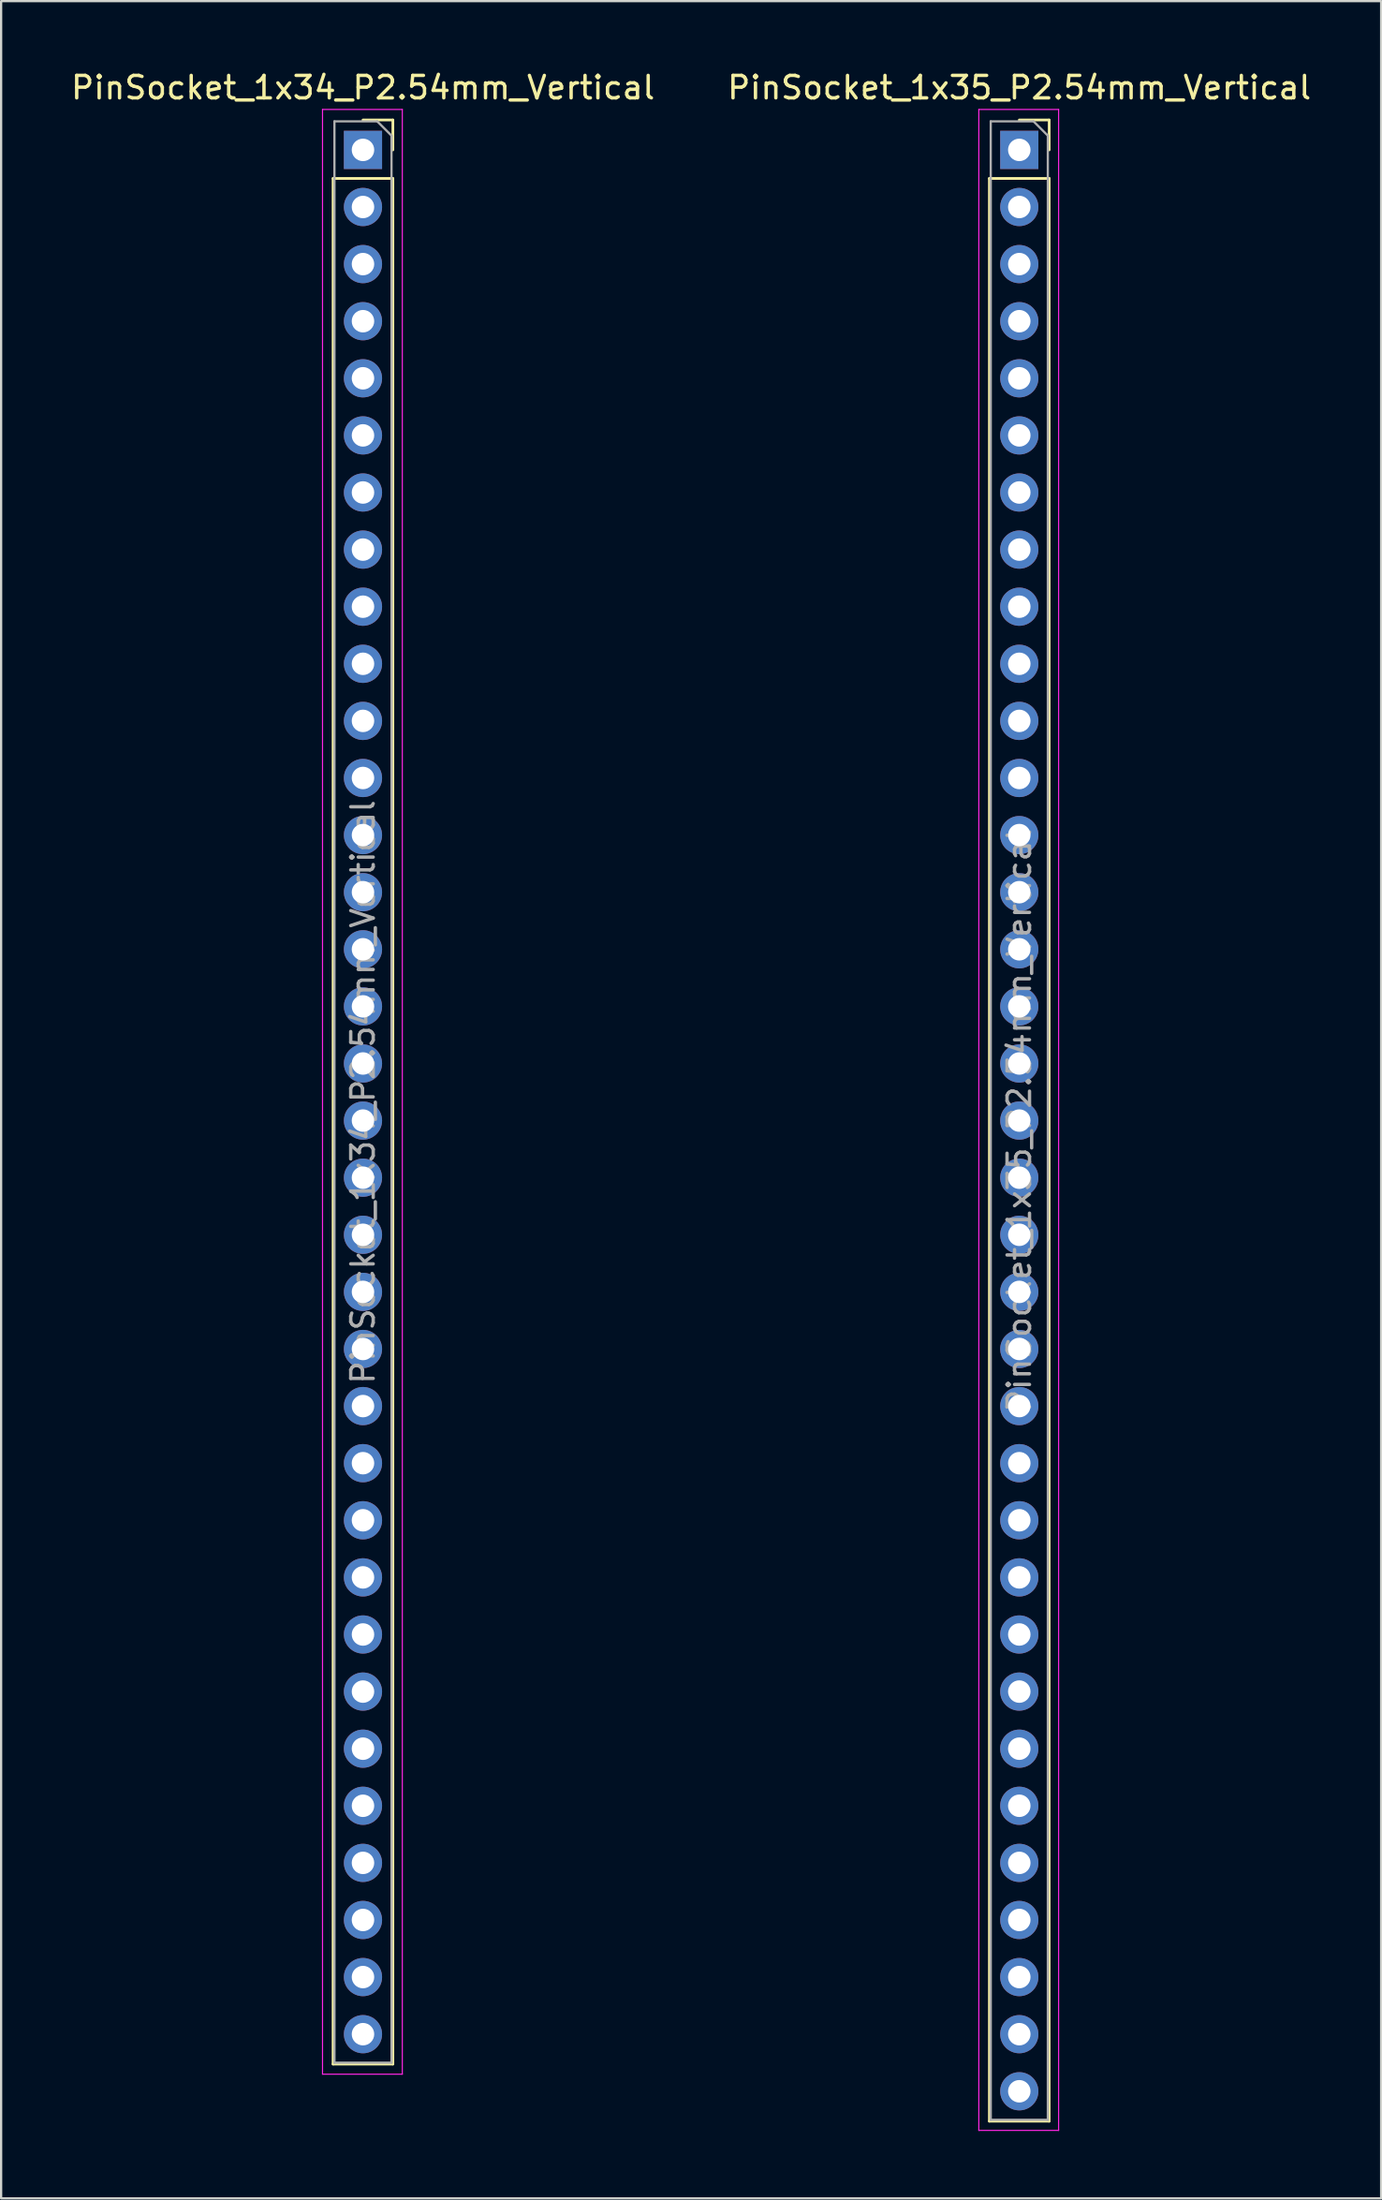
<source format=kicad_pcb>
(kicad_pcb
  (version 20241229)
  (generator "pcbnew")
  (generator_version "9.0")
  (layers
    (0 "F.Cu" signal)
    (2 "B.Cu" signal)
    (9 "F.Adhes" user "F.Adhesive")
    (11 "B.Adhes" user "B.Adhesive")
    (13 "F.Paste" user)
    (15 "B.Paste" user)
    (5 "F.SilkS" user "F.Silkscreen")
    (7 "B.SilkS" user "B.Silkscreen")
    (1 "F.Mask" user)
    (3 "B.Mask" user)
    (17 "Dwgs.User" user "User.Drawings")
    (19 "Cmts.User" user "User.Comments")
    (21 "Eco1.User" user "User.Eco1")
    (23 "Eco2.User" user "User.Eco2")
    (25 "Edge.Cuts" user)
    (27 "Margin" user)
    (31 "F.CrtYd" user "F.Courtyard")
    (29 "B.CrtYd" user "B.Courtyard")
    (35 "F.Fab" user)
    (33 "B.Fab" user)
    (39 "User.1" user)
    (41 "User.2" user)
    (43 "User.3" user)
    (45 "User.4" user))
  (footprint "PinSocket_1x35_P2.54mm_Vertical"
    (layer "F.Cu")
    (at 42.304 3.618)
    (property "Reference" "PinSocket_1x35_P2.54mm_Vertical" (at 0 -2.77 0) (layer "F.SilkS") (effects (font (size 1 1) (thickness 0.15))))
    (attr through_hole)
    (fp_line (start -1.33 1.27) (end -1.33 87.69) (stroke (width 0.12) (type solid)) (layer "F.SilkS"))
    (fp_line (start -1.33 1.27) (end 1.33 1.27) (stroke (width 0.12) (type solid)) (layer "F.SilkS"))
    (fp_line (start -1.33 87.69) (end 1.33 87.69) (stroke (width 0.12) (type solid)) (layer "F.SilkS"))
    (fp_line (start 0 -1.33) (end 1.33 -1.33) (stroke (width 0.12) (type solid)) (layer "F.SilkS"))
    (fp_line (start 1.33 -1.33) (end 1.33 0) (stroke (width 0.12) (type solid)) (layer "F.SilkS"))
    (fp_line (start 1.33 1.27) (end 1.33 87.69) (stroke (width 0.12) (type solid)) (layer "F.SilkS"))
    (fp_line (start -1.8 -1.8) (end 1.75 -1.8) (stroke (width 0.05) (type solid)) (layer "F.CrtYd"))
    (fp_line (start -1.8 88.1) (end -1.8 -1.8) (stroke (width 0.05) (type solid)) (layer "F.CrtYd"))
    (fp_line (start 1.75 -1.8) (end 1.75 88.1) (stroke (width 0.05) (type solid)) (layer "F.CrtYd"))
    (fp_line (start 1.75 88.1) (end -1.8 88.1) (stroke (width 0.05) (type solid)) (layer "F.CrtYd"))
    (fp_line (start -1.27 -1.27) (end 0.635 -1.27) (stroke (width 0.1) (type solid)) (layer "F.Fab"))
    (fp_line (start -1.27 87.63) (end -1.27 -1.27) (stroke (width 0.1) (type solid)) (layer "F.Fab"))
    (fp_line (start 0.635 -1.27) (end 1.27 -0.635) (stroke (width 0.1) (type solid)) (layer "F.Fab"))
    (fp_line (start 1.27 -0.635) (end 1.27 87.63) (stroke (width 0.1) (type solid)) (layer "F.Fab"))
    (fp_line (start 1.27 87.63) (end -1.27 87.63) (stroke (width 0.1) (type solid)) (layer "F.Fab"))
    (fp_text user "${REFERENCE}" (at 0 43.18 90) (layer "F.Fab") (effects (font (size 1 1) (thickness 0.15))))
    (pad "1" thru_hole rect (at 0 0) (size 1.7 1.7) (drill 1) (layers "*.Cu" "*.Mask"))
    (pad "2" thru_hole oval (at 0 2.54) (size 1.7 1.7) (drill 1) (layers "*.Cu" "*.Mask"))
    (pad "3" thru_hole oval (at 0 5.08) (size 1.7 1.7) (drill 1) (layers "*.Cu" "*.Mask"))
    (pad "4" thru_hole oval (at 0 7.62) (size 1.7 1.7) (drill 1) (layers "*.Cu" "*.Mask"))
    (pad "5" thru_hole oval (at 0 10.16) (size 1.7 1.7) (drill 1) (layers "*.Cu" "*.Mask"))
    (pad "6" thru_hole oval (at 0 12.7) (size 1.7 1.7) (drill 1) (layers "*.Cu" "*.Mask"))
    (pad "7" thru_hole oval (at 0 15.24) (size 1.7 1.7) (drill 1) (layers "*.Cu" "*.Mask"))
    (pad "8" thru_hole oval (at 0 17.78) (size 1.7 1.7) (drill 1) (layers "*.Cu" "*.Mask"))
    (pad "9" thru_hole oval (at 0 20.32) (size 1.7 1.7) (drill 1) (layers "*.Cu" "*.Mask"))
    (pad "10" thru_hole oval (at 0 22.86) (size 1.7 1.7) (drill 1) (layers "*.Cu" "*.Mask"))
    (pad "11" thru_hole oval (at 0 25.4) (size 1.7 1.7) (drill 1) (layers "*.Cu" "*.Mask"))
    (pad "12" thru_hole oval (at 0 27.94) (size 1.7 1.7) (drill 1) (layers "*.Cu" "*.Mask"))
    (pad "13" thru_hole oval (at 0 30.48) (size 1.7 1.7) (drill 1) (layers "*.Cu" "*.Mask"))
    (pad "14" thru_hole oval (at 0 33.02) (size 1.7 1.7) (drill 1) (layers "*.Cu" "*.Mask"))
    (pad "15" thru_hole oval (at 0 35.56) (size 1.7 1.7) (drill 1) (layers "*.Cu" "*.Mask"))
    (pad "16" thru_hole oval (at 0 38.1) (size 1.7 1.7) (drill 1) (layers "*.Cu" "*.Mask"))
    (pad "17" thru_hole oval (at 0 40.64) (size 1.7 1.7) (drill 1) (layers "*.Cu" "*.Mask"))
    (pad "18" thru_hole oval (at 0 43.18) (size 1.7 1.7) (drill 1) (layers "*.Cu" "*.Mask"))
    (pad "19" thru_hole oval (at 0 45.72) (size 1.7 1.7) (drill 1) (layers "*.Cu" "*.Mask"))
    (pad "20" thru_hole oval (at 0 48.26) (size 1.7 1.7) (drill 1) (layers "*.Cu" "*.Mask"))
    (pad "21" thru_hole oval (at 0 50.8) (size 1.7 1.7) (drill 1) (layers "*.Cu" "*.Mask"))
    (pad "22" thru_hole oval (at 0 53.34) (size 1.7 1.7) (drill 1) (layers "*.Cu" "*.Mask"))
    (pad "23" thru_hole oval (at 0 55.88) (size 1.7 1.7) (drill 1) (layers "*.Cu" "*.Mask"))
    (pad "24" thru_hole oval (at 0 58.42) (size 1.7 1.7) (drill 1) (layers "*.Cu" "*.Mask"))
    (pad "25" thru_hole oval (at 0 60.96) (size 1.7 1.7) (drill 1) (layers "*.Cu" "*.Mask"))
    (pad "26" thru_hole oval (at 0 63.5) (size 1.7 1.7) (drill 1) (layers "*.Cu" "*.Mask"))
    (pad "27" thru_hole oval (at 0 66.04) (size 1.7 1.7) (drill 1) (layers "*.Cu" "*.Mask"))
    (pad "28" thru_hole oval (at 0 68.58) (size 1.7 1.7) (drill 1) (layers "*.Cu" "*.Mask"))
    (pad "29" thru_hole oval (at 0 71.12) (size 1.7 1.7) (drill 1) (layers "*.Cu" "*.Mask"))
    (pad "30" thru_hole oval (at 0 73.66) (size 1.7 1.7) (drill 1) (layers "*.Cu" "*.Mask"))
    (pad "31" thru_hole oval (at 0 76.2) (size 1.7 1.7) (drill 1) (layers "*.Cu" "*.Mask"))
    (pad "32" thru_hole oval (at 0 78.74) (size 1.7 1.7) (drill 1) (layers "*.Cu" "*.Mask"))
    (pad "33" thru_hole oval (at 0 81.28) (size 1.7 1.7) (drill 1) (layers "*.Cu" "*.Mask"))
    (pad "34" thru_hole oval (at 0 83.82) (size 1.7 1.7) (drill 1) (layers "*.Cu" "*.Mask"))
    (pad "35" thru_hole oval (at 0 86.36) (size 1.7 1.7) (drill 1) (layers "*.Cu" "*.Mask")))
  (footprint "PinSocket_1x34_P2.54mm_Vertical"
    (layer "F.Cu")
    (at 13.101 3.618)
    (property "Reference" "PinSocket_1x34_P2.54mm_Vertical" (at 0 -2.77 0) (layer "F.SilkS") (effects (font (size 1 1) (thickness 0.15))))
    (attr through_hole)
    (fp_line (start -1.33 1.27) (end -1.33 85.15) (stroke (width 0.12) (type solid)) (layer "F.SilkS"))
    (fp_line (start -1.33 1.27) (end 1.33 1.27) (stroke (width 0.12) (type solid)) (layer "F.SilkS"))
    (fp_line (start -1.33 85.15) (end 1.33 85.15) (stroke (width 0.12) (type solid)) (layer "F.SilkS"))
    (fp_line (start 0 -1.33) (end 1.33 -1.33) (stroke (width 0.12) (type solid)) (layer "F.SilkS"))
    (fp_line (start 1.33 -1.33) (end 1.33 0) (stroke (width 0.12) (type solid)) (layer "F.SilkS"))
    (fp_line (start 1.33 1.27) (end 1.33 85.15) (stroke (width 0.12) (type solid)) (layer "F.SilkS"))
    (fp_line (start -1.8 -1.8) (end 1.75 -1.8) (stroke (width 0.05) (type solid)) (layer "F.CrtYd"))
    (fp_line (start -1.8 85.6) (end -1.8 -1.8) (stroke (width 0.05) (type solid)) (layer "F.CrtYd"))
    (fp_line (start 1.75 -1.8) (end 1.75 85.6) (stroke (width 0.05) (type solid)) (layer "F.CrtYd"))
    (fp_line (start 1.75 85.6) (end -1.8 85.6) (stroke (width 0.05) (type solid)) (layer "F.CrtYd"))
    (fp_line (start -1.27 -1.27) (end 0.635 -1.27) (stroke (width 0.1) (type solid)) (layer "F.Fab"))
    (fp_line (start -1.27 85.09) (end -1.27 -1.27) (stroke (width 0.1) (type solid)) (layer "F.Fab"))
    (fp_line (start 0.635 -1.27) (end 1.27 -0.635) (stroke (width 0.1) (type solid)) (layer "F.Fab"))
    (fp_line (start 1.27 -0.635) (end 1.27 85.09) (stroke (width 0.1) (type solid)) (layer "F.Fab"))
    (fp_line (start 1.27 85.09) (end -1.27 85.09) (stroke (width 0.1) (type solid)) (layer "F.Fab"))
    (fp_text user "${REFERENCE}" (at 0 41.91 90) (layer "F.Fab") (effects (font (size 1 1) (thickness 0.15))))
    (pad "1" thru_hole rect (at 0 0) (size 1.7 1.7) (drill 1) (layers "*.Cu" "*.Mask"))
    (pad "2" thru_hole oval (at 0 2.54) (size 1.7 1.7) (drill 1) (layers "*.Cu" "*.Mask"))
    (pad "3" thru_hole oval (at 0 5.08) (size 1.7 1.7) (drill 1) (layers "*.Cu" "*.Mask"))
    (pad "4" thru_hole oval (at 0 7.62) (size 1.7 1.7) (drill 1) (layers "*.Cu" "*.Mask"))
    (pad "5" thru_hole oval (at 0 10.16) (size 1.7 1.7) (drill 1) (layers "*.Cu" "*.Mask"))
    (pad "6" thru_hole oval (at 0 12.7) (size 1.7 1.7) (drill 1) (layers "*.Cu" "*.Mask"))
    (pad "7" thru_hole oval (at 0 15.24) (size 1.7 1.7) (drill 1) (layers "*.Cu" "*.Mask"))
    (pad "8" thru_hole oval (at 0 17.78) (size 1.7 1.7) (drill 1) (layers "*.Cu" "*.Mask"))
    (pad "9" thru_hole oval (at 0 20.32) (size 1.7 1.7) (drill 1) (layers "*.Cu" "*.Mask"))
    (pad "10" thru_hole oval (at 0 22.86) (size 1.7 1.7) (drill 1) (layers "*.Cu" "*.Mask"))
    (pad "11" thru_hole oval (at 0 25.4) (size 1.7 1.7) (drill 1) (layers "*.Cu" "*.Mask"))
    (pad "12" thru_hole oval (at 0 27.94) (size 1.7 1.7) (drill 1) (layers "*.Cu" "*.Mask"))
    (pad "13" thru_hole oval (at 0 30.48) (size 1.7 1.7) (drill 1) (layers "*.Cu" "*.Mask"))
    (pad "14" thru_hole oval (at 0 33.02) (size 1.7 1.7) (drill 1) (layers "*.Cu" "*.Mask"))
    (pad "15" thru_hole oval (at 0 35.56) (size 1.7 1.7) (drill 1) (layers "*.Cu" "*.Mask"))
    (pad "16" thru_hole oval (at 0 38.1) (size 1.7 1.7) (drill 1) (layers "*.Cu" "*.Mask"))
    (pad "17" thru_hole oval (at 0 40.64) (size 1.7 1.7) (drill 1) (layers "*.Cu" "*.Mask"))
    (pad "18" thru_hole oval (at 0 43.18) (size 1.7 1.7) (drill 1) (layers "*.Cu" "*.Mask"))
    (pad "19" thru_hole oval (at 0 45.72) (size 1.7 1.7) (drill 1) (layers "*.Cu" "*.Mask"))
    (pad "20" thru_hole oval (at 0 48.26) (size 1.7 1.7) (drill 1) (layers "*.Cu" "*.Mask"))
    (pad "21" thru_hole oval (at 0 50.8) (size 1.7 1.7) (drill 1) (layers "*.Cu" "*.Mask"))
    (pad "22" thru_hole oval (at 0 53.34) (size 1.7 1.7) (drill 1) (layers "*.Cu" "*.Mask"))
    (pad "23" thru_hole oval (at 0 55.88) (size 1.7 1.7) (drill 1) (layers "*.Cu" "*.Mask"))
    (pad "24" thru_hole oval (at 0 58.42) (size 1.7 1.7) (drill 1) (layers "*.Cu" "*.Mask"))
    (pad "25" thru_hole oval (at 0 60.96) (size 1.7 1.7) (drill 1) (layers "*.Cu" "*.Mask"))
    (pad "26" thru_hole oval (at 0 63.5) (size 1.7 1.7) (drill 1) (layers "*.Cu" "*.Mask"))
    (pad "27" thru_hole oval (at 0 66.04) (size 1.7 1.7) (drill 1) (layers "*.Cu" "*.Mask"))
    (pad "28" thru_hole oval (at 0 68.58) (size 1.7 1.7) (drill 1) (layers "*.Cu" "*.Mask"))
    (pad "29" thru_hole oval (at 0 71.12) (size 1.7 1.7) (drill 1) (layers "*.Cu" "*.Mask"))
    (pad "30" thru_hole oval (at 0 73.66) (size 1.7 1.7) (drill 1) (layers "*.Cu" "*.Mask"))
    (pad "31" thru_hole oval (at 0 76.2) (size 1.7 1.7) (drill 1) (layers "*.Cu" "*.Mask"))
    (pad "32" thru_hole oval (at 0 78.74) (size 1.7 1.7) (drill 1) (layers "*.Cu" "*.Mask"))
    (pad "33" thru_hole oval (at 0 81.28) (size 1.7 1.7) (drill 1) (layers "*.Cu" "*.Mask"))
    (pad "34" thru_hole oval (at 0 83.82) (size 1.7 1.7) (drill 1) (layers "*.Cu" "*.Mask")))
  (gr_rect
    (start -3 -3)
    (end 58.405 94.743)
    (stroke (width 0.1) (type default))
    (fill no)
    (layer "Edge.Cuts")))
</source>
